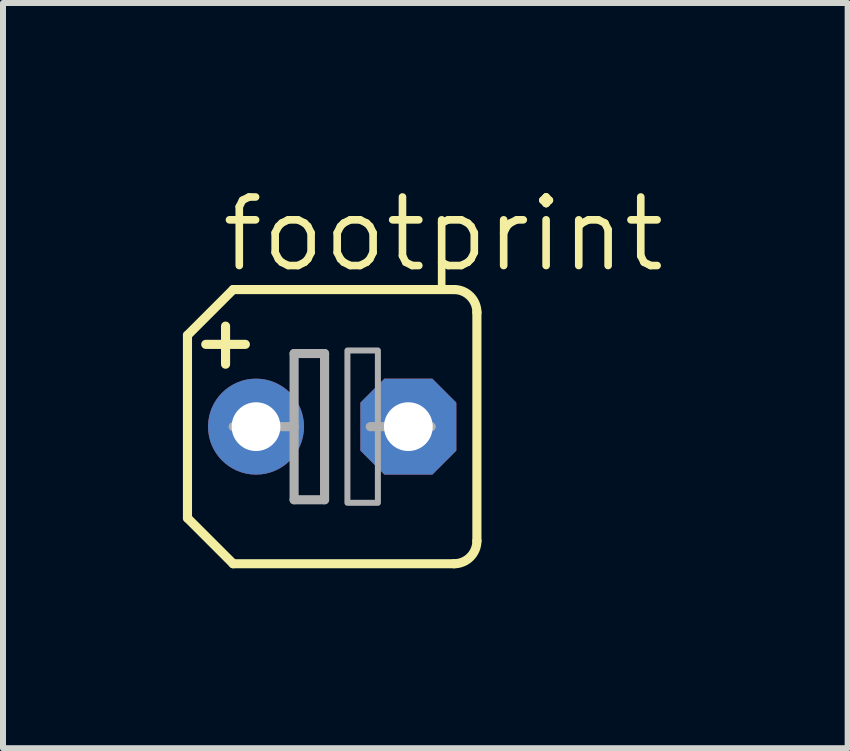
<source format=kicad_pcb>
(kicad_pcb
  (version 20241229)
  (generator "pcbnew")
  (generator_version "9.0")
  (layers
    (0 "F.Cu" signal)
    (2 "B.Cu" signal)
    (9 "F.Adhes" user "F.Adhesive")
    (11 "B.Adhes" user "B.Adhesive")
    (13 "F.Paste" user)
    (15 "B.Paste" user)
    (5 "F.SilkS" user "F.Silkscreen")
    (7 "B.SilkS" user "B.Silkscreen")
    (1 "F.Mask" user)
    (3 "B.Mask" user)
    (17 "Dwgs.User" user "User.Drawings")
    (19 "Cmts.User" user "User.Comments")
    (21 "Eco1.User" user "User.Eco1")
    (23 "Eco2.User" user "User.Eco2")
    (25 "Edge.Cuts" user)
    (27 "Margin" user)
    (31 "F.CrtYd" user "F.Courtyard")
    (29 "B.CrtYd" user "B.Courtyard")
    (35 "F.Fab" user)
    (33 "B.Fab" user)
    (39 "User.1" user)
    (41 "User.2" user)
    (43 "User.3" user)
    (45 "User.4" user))
  (footprint "footprint"
    (layer "F.Cu")
    (at 2.489 4.064)
    (property "Reference" "footprint" (at -1.905 -2.54 0) (layer "F.SilkS") (effects (font (size 1.143 1.143) (thickness 0.127)) (justify left bottom)))
    (fp_line (start -2.413 -1.524) (end -2.413 1.524) (stroke (width 0.152) (type solid)) (layer "F.SilkS"))
    (fp_line (start -2.413 -1.524) (end -1.651 -2.286) (stroke (width 0.152) (type solid)) (layer "F.SilkS"))
    (fp_line (start -1.778 -1.676) (end -1.778 -1.041) (stroke (width 0.152) (type solid)) (layer "F.SilkS"))
    (fp_line (start -1.651 2.286) (end -2.413 1.524) (stroke (width 0.152) (type solid)) (layer "F.SilkS"))
    (fp_line (start -1.651 2.286) (end 2.032 2.286) (stroke (width 0.152) (type solid)) (layer "F.SilkS"))
    (fp_line (start -1.448 -1.372) (end -2.108 -1.372) (stroke (width 0.152) (type solid)) (layer "F.SilkS"))
    (fp_line (start 2.032 -2.286) (end -1.651 -2.286) (stroke (width 0.152) (type solid)) (layer "F.SilkS"))
    (fp_line (start 2.413 -1.905) (end 2.413 1.905) (stroke (width 0.152) (type solid)) (layer "F.SilkS"))
    (fp_arc (start 2.032 -2.286) (mid 2.301408 -2.174408) (end 2.413 -1.905) (stroke (width 0.1524) (type solid)) (layer "F.SilkS"))
    (fp_arc (start 2.413 1.905) (mid 2.301408 2.174408) (end 2.032 2.286) (stroke (width 0.1524) (type solid)) (layer "F.SilkS"))
    (fp_line (start -1.651 0) (end -0.635 0) (stroke (width 0.152) (type solid)) (layer "F.Fab"))
    (fp_line (start -0.635 -1.219) (end -0.635 0) (stroke (width 0.152) (type solid)) (layer "F.Fab"))
    (fp_line (start -0.635 0) (end -0.635 1.219) (stroke (width 0.152) (type solid)) (layer "F.Fab"))
    (fp_line (start -0.635 1.219) (end -0.127 1.219) (stroke (width 0.152) (type solid)) (layer "F.Fab"))
    (fp_line (start -0.127 -1.219) (end -0.635 -1.219) (stroke (width 0.152) (type solid)) (layer "F.Fab"))
    (fp_line (start -0.127 1.219) (end -0.127 -1.219) (stroke (width 0.152) (type solid)) (layer "F.Fab"))
    (fp_line (start 0.635 0) (end 1.651 0) (stroke (width 0.152) (type solid)) (layer "F.Fab"))
    (fp_poly (pts (xy 0.254 1.27) (xy 0.762 1.27) (xy 0.762 -1.27) (xy 0.254 -1.27)) (stroke (width 0.1) (type solid)) (fill no) (layer "F.Fab"))
    (pad "+" thru_hole circle (at -1.27 0) (size 1.6 1.6) (drill 0.813) (layers "*.Cu" "*.Mask"))
    (pad "-" thru_hole roundrect (at 1.27 0) (size 1.6 1.6) (drill 0.813) (layers "*.Cu" "*.Mask") (roundrect_rratio 0.25) (chamfer_ratio 0.25) (chamfer top_left top_right bottom_left bottom_right)))
  (gr_rect
    (start -3 -3)
    (end 11.084 9.426)
    (stroke (width 0.1) (type default))
    (fill no)
    (layer "Edge.Cuts")))
</source>
